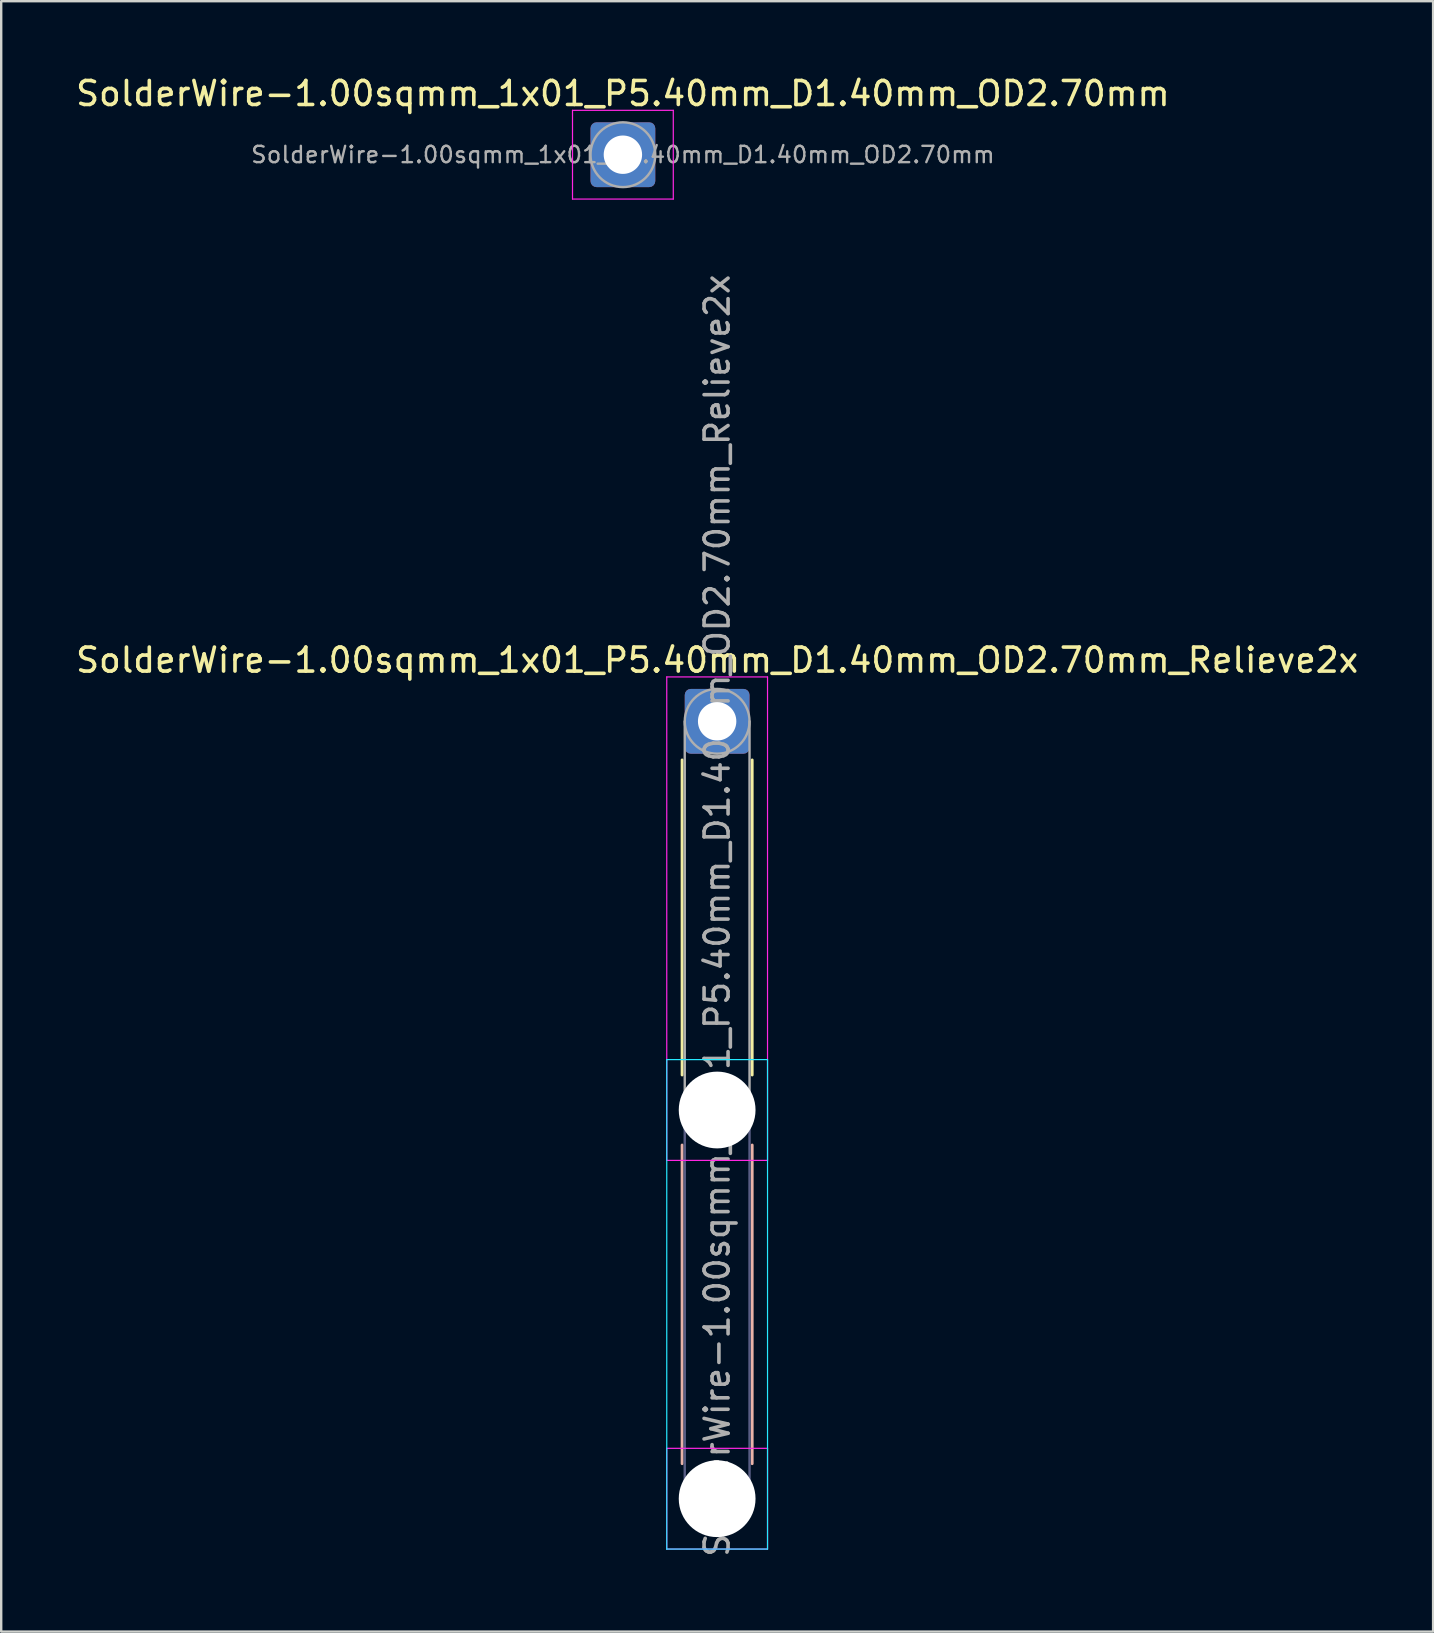
<source format=kicad_pcb>
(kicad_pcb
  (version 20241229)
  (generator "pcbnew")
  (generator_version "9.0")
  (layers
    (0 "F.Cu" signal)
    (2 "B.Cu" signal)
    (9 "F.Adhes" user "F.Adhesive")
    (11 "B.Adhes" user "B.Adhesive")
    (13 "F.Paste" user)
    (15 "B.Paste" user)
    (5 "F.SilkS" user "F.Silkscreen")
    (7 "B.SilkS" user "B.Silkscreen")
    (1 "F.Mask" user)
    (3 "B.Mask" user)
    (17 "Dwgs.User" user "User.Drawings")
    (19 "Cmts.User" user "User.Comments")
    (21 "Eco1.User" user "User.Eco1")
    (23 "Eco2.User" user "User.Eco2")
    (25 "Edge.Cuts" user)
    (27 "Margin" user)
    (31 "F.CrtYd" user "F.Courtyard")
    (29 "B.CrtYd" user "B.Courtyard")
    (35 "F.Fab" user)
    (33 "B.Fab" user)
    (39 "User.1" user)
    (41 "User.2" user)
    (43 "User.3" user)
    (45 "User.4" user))
  (footprint "SolderWire-1.00sqmm_1x01_P5.40mm_D1.40mm_OD2.70mm_Relieve2x"
    (layer "F.Cu")
    (at 26.839 27.013)
    (property "Reference" "SolderWire-1.00sqmm_1x01_P5.40mm_D1.40mm_OD2.70mm_Relieve2x" (at 0 -2.55 0) (layer "F.SilkS") (effects (font (size 1 1) (thickness 0.15))))
    (attr exclude_from_pos_files exclude_from_bom)
    (fp_line (start -1.46 1.61) (end -1.46 14.74) (stroke (width 0.12) (type solid)) (layer "F.SilkS"))
    (fp_line (start 1.46 1.61) (end 1.46 14.74) (stroke (width 0.12) (type solid)) (layer "F.SilkS"))
    (fp_line (start -1.46 17.66) (end -1.46 30.94) (stroke (width 0.12) (type solid)) (layer "B.SilkS"))
    (fp_line (start 1.46 17.66) (end 1.46 30.94) (stroke (width 0.12) (type solid)) (layer "B.SilkS"))
    (fp_line (start -2.1 14.1) (end -2.1 34.5) (stroke (width 0.05) (type solid)) (layer "B.CrtYd"))
    (fp_line (start -2.1 34.5) (end 2.1 34.5) (stroke (width 0.05) (type solid)) (layer "B.CrtYd"))
    (fp_line (start 2.1 14.1) (end -2.1 14.1) (stroke (width 0.05) (type solid)) (layer "B.CrtYd"))
    (fp_line (start 2.1 34.5) (end 2.1 14.1) (stroke (width 0.05) (type solid)) (layer "B.CrtYd"))
    (fp_line (start -2.1 -1.85) (end -2.1 18.3) (stroke (width 0.05) (type solid)) (layer "F.CrtYd"))
    (fp_line (start -2.1 18.3) (end 2.1 18.3) (stroke (width 0.05) (type solid)) (layer "F.CrtYd"))
    (fp_line (start -2.1 30.3) (end -2.1 34.5) (stroke (width 0.05) (type solid)) (layer "F.CrtYd"))
    (fp_line (start -2.1 34.5) (end 2.1 34.5) (stroke (width 0.05) (type solid)) (layer "F.CrtYd"))
    (fp_line (start 2.1 -1.85) (end -2.1 -1.85) (stroke (width 0.05) (type solid)) (layer "F.CrtYd"))
    (fp_line (start 2.1 18.3) (end 2.1 -1.85) (stroke (width 0.05) (type solid)) (layer "F.CrtYd"))
    (fp_line (start 2.1 30.3) (end -2.1 30.3) (stroke (width 0.05) (type solid)) (layer "F.CrtYd"))
    (fp_line (start 2.1 34.5) (end 2.1 30.3) (stroke (width 0.05) (type solid)) (layer "F.CrtYd"))
    (fp_line (start -1.35 16.2) (end -1.35 32.4) (stroke (width 0.1) (type solid)) (layer "B.Fab"))
    (fp_line (start 1.35 16.2) (end 1.35 32.4) (stroke (width 0.1) (type solid)) (layer "B.Fab"))
    (fp_circle (center 0 16.2) (end 1.35 16.2) (stroke (width 0.1) (type solid)) (fill no) (layer "B.Fab"))
    (fp_circle (center 0 32.4) (end 1.35 32.4) (stroke (width 0.1) (type solid)) (fill no) (layer "B.Fab"))
    (fp_line (start -1.35 0) (end -1.35 16.2) (stroke (width 0.1) (type solid)) (layer "F.Fab"))
    (fp_line (start 1.35 0) (end 1.35 16.2) (stroke (width 0.1) (type solid)) (layer "F.Fab"))
    (fp_circle (center 0 0) (end 1.35 0) (stroke (width 0.1) (type solid)) (fill no) (layer "F.Fab"))
    (fp_circle (center 0 16.2) (end 1.35 16.2) (stroke (width 0.1) (type solid)) (fill no) (layer "F.Fab"))
    (fp_circle (center 0 32.4) (end 1.35 32.4) (stroke (width 0.1) (type solid)) (fill no) (layer "F.Fab"))
    (fp_text user "${REFERENCE}" (at 0 8.1 90) (layer "F.Fab") (effects (font (size 1 1) (thickness 0.15))))
    (pad "" np_thru_hole circle (at 0 16.2) (size 3.2 3.2) (drill 3.2) (layers "*.Cu" "*.Mask"))
    (pad "" np_thru_hole circle (at 0 32.4) (size 3.2 3.2) (drill 3.2) (layers "*.Cu" "*.Mask"))
    (pad "1" thru_hole roundrect (at 0 0) (size 2.7 2.7) (drill 1.6) (layers "*.Cu" "*.Mask") (roundrect_rratio 0.093)))
  (footprint "SolderWire-1.00sqmm_1x01_P5.40mm_D1.40mm_OD2.70mm"
    (layer "F.Cu")
    (at 22.911 3.398)
    (property "Reference" "SolderWire-1.00sqmm_1x01_P5.40mm_D1.40mm_OD2.70mm" (at 0 -2.55 0) (layer "F.SilkS") (effects (font (size 1 1) (thickness 0.15))))
    (attr exclude_from_pos_files exclude_from_bom)
    (fp_line (start -2.1 -1.85) (end -2.1 1.85) (stroke (width 0.05) (type solid)) (layer "F.CrtYd"))
    (fp_line (start -2.1 1.85) (end 2.1 1.85) (stroke (width 0.05) (type solid)) (layer "F.CrtYd"))
    (fp_line (start 2.1 -1.85) (end -2.1 -1.85) (stroke (width 0.05) (type solid)) (layer "F.CrtYd"))
    (fp_line (start 2.1 1.85) (end 2.1 -1.85) (stroke (width 0.05) (type solid)) (layer "F.CrtYd"))
    (fp_circle (center 0 0) (end 1.35 0) (stroke (width 0.1) (type solid)) (fill no) (layer "F.Fab"))
    (fp_text user "${REFERENCE}" (at 0 0 0) (layer "F.Fab") (effects (font (size 0.68 0.68) (thickness 0.1))))
    (pad "1" thru_hole roundrect (at 0 0) (size 2.7 2.7) (drill 1.6) (layers "*.Cu" "*.Mask") (roundrect_rratio 0.093)))
  (gr_rect
    (start -3 -3)
    (end 56.679 64.952)
    (stroke (width 0.1) (type default))
    (fill no)
    (layer "Edge.Cuts")))
</source>
